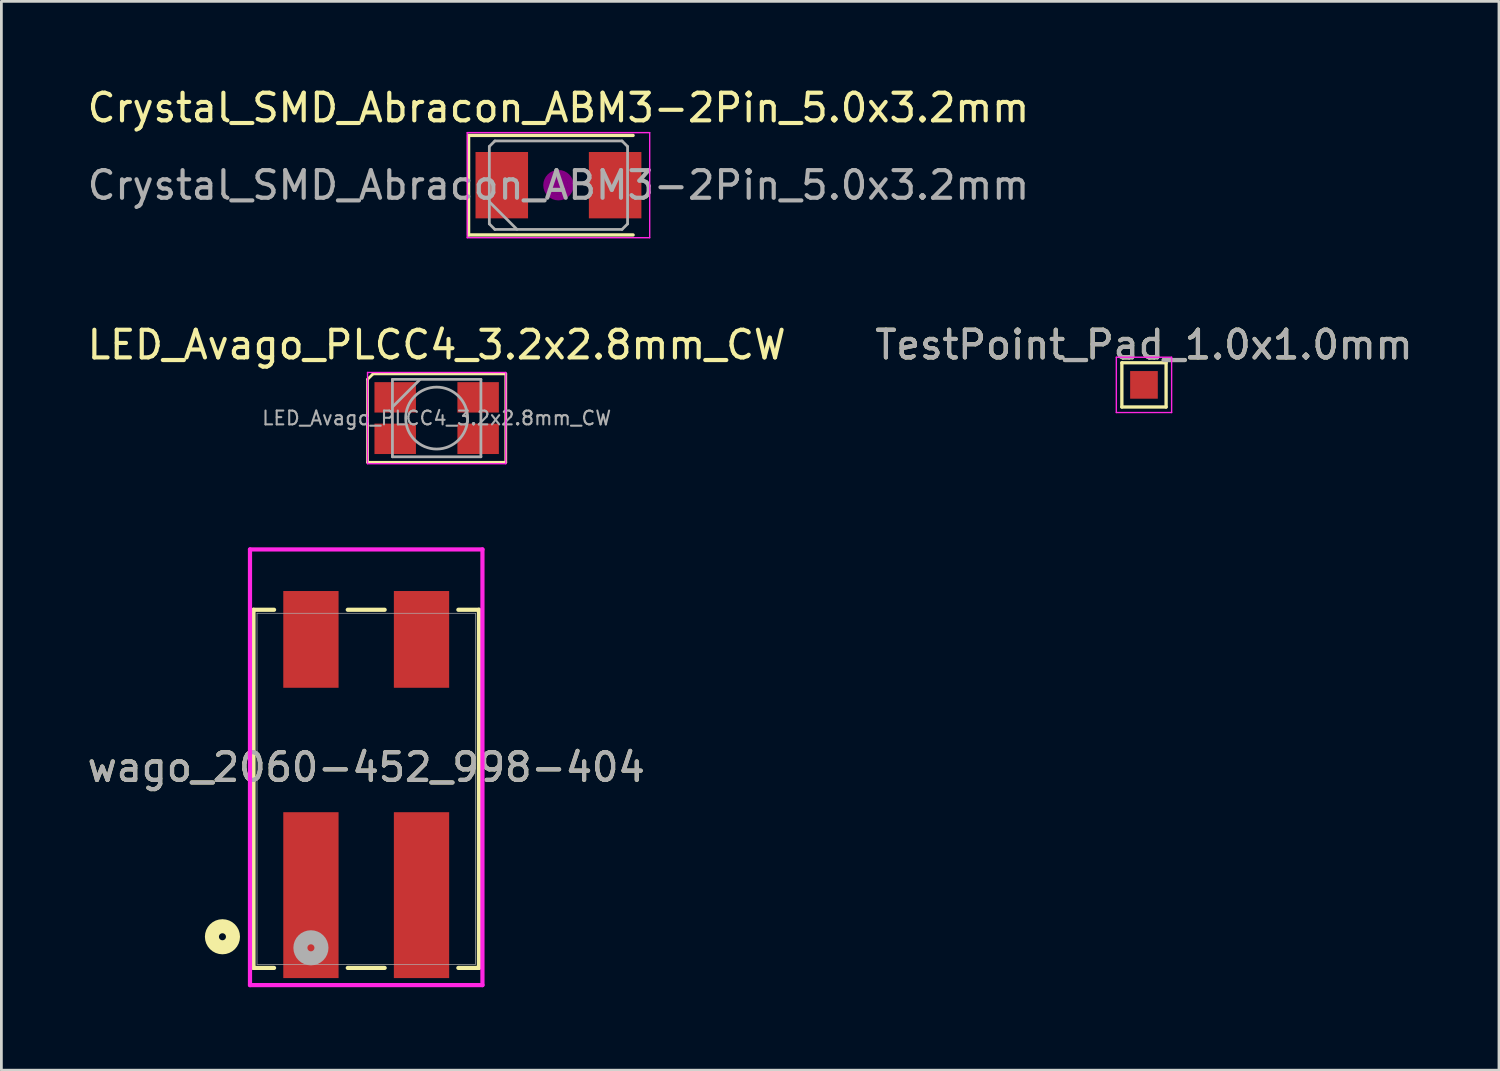
<source format=kicad_pcb>
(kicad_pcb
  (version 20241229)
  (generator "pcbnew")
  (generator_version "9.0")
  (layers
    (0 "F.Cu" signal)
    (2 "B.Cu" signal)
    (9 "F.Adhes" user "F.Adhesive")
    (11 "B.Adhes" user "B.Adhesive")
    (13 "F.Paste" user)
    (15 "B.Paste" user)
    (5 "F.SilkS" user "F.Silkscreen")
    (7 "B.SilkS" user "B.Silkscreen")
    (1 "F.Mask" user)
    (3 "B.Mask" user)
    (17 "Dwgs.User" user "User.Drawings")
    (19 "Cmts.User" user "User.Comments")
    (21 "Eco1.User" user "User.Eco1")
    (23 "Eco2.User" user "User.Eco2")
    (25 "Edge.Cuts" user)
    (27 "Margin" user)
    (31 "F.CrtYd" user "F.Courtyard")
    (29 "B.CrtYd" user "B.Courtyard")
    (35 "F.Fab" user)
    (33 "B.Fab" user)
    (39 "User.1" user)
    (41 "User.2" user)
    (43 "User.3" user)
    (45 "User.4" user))
  (footprint "LED_Avago_PLCC4_3.2x2.8mm_CW"
    (layer "F.Cu")
    (at 12.744 12.072)
    (property "Reference" "LED_Avago_PLCC4_3.2x2.8mm_CW" (at 0 -2.65 0) (layer "F.SilkS") (effects (font (size 1 1) (thickness 0.15))))
    (attr smd)
    (fp_line (start -2.5 1.6) (end -2.5 -1.4) (stroke (width 0.1) (type solid)) (layer "F.SilkS"))
    (fp_line (start -2.5 1.6) (end 2.5 1.6) (stroke (width 0.1) (type solid)) (layer "F.SilkS"))
    (fp_line (start -2.3 -1.6) (end -2.5 -1.4) (stroke (width 0.1) (type default)) (layer "F.SilkS"))
    (fp_line (start -2.3 -1.6) (end 2.5 -1.6) (stroke (width 0.1) (type solid)) (layer "F.SilkS"))
    (fp_line (start 2.5 1.6) (end 2.5 -1.6) (stroke (width 0.1) (type solid)) (layer "F.SilkS"))
    (fp_line (start -2.5 -1.65) (end -2.5 1.65) (stroke (width 0.05) (type solid)) (layer "F.CrtYd"))
    (fp_line (start -2.5 -1.65) (end 2.5 -1.65) (stroke (width 0.05) (type solid)) (layer "F.CrtYd"))
    (fp_line (start 2.5 1.65) (end -2.5 1.65) (stroke (width 0.05) (type solid)) (layer "F.CrtYd"))
    (fp_line (start 2.5 1.65) (end 2.5 -1.65) (stroke (width 0.05) (type solid)) (layer "F.CrtYd"))
    (fp_line (start -1.6 -1.4) (end -1.6 1.4) (stroke (width 0.1) (type solid)) (layer "F.Fab"))
    (fp_line (start -1.6 1.4) (end 1.6 1.4) (stroke (width 0.1) (type solid)) (layer "F.Fab"))
    (fp_line (start -0.6 -1.4) (end -1.6 -0.4) (stroke (width 0.1) (type solid)) (layer "F.Fab"))
    (fp_line (start 1.6 -1.4) (end -1.6 -1.4) (stroke (width 0.1) (type solid)) (layer "F.Fab"))
    (fp_line (start 1.6 1.4) (end 1.6 -1.4) (stroke (width 0.1) (type solid)) (layer "F.Fab"))
    (fp_circle (center 0 0) (end 1.12 0) (stroke (width 0.1) (type solid)) (fill no) (layer "F.Fab"))
    (fp_text user "${REFERENCE}" (at 0 0 0) (layer "F.Fab") (effects (font (size 0.5 0.5) (thickness 0.075))))
    (pad "1" smd rect (at -1.5 -0.75) (size 1.5 1.1) (layers "F.Cu" "F.Mask" "F.Paste"))
    (pad "2" smd rect (at 1.5 -0.75) (size 1.5 1.1) (layers "F.Cu" "F.Mask" "F.Paste"))
    (pad "3" smd rect (at 1.5 0.75) (size 1.5 1.1) (layers "F.Cu" "F.Mask" "F.Paste"))
    (pad "4" smd rect (at -1.5 0.75) (size 1.5 1.1) (layers "F.Cu" "F.Mask" "F.Paste")))
  (footprint "wago_2060-452_998-404"
    (layer "F.Cu")
    (at 10.196 25.482)
    (property "Reference" "wago_2060-452_998-404" (at 0 -0.78 0) (unlocked yes) (layer "F.SilkS") (effects (font (size 1 1) (thickness 0.15))))
    (attr smd)
    (fp_line (start -4.077 -6.477) (end -4.077 6.477) (stroke (width 0.152) (type solid)) (layer "F.SilkS"))
    (fp_line (start -4.077 6.477) (end -3.333 6.477) (stroke (width 0.152) (type solid)) (layer "F.SilkS"))
    (fp_line (start -3.333 -6.477) (end -4.077 -6.477) (stroke (width 0.152) (type solid)) (layer "F.SilkS"))
    (fp_line (start -0.667 6.477) (end 0.667 6.477) (stroke (width 0.152) (type solid)) (layer "F.SilkS"))
    (fp_line (start 0.667 -6.477) (end -0.667 -6.477) (stroke (width 0.152) (type solid)) (layer "F.SilkS"))
    (fp_line (start 3.333 6.477) (end 4.077 6.477) (stroke (width 0.152) (type solid)) (layer "F.SilkS"))
    (fp_line (start 4.077 -6.477) (end 3.333 -6.477) (stroke (width 0.152) (type solid)) (layer "F.SilkS"))
    (fp_line (start 4.077 6.477) (end 4.077 -6.477) (stroke (width 0.152) (type solid)) (layer "F.SilkS"))
    (fp_circle (center -5.2 5.35) (end -4.819 5.35) (stroke (width 0.508) (type solid)) (fill no) (layer "F.SilkS"))
    (fp_poly (pts (xy -2 -5.494) (xy -1.949 -5.494) (xy -1.949 -5.405) (xy -2 -5.405)) (stroke (width 0) (type solid)) (fill yes) (layer "F.Paste"))
    (fp_poly (pts (xy -2 3.756) (xy -1.949 3.756) (xy -1.949 3.845) (xy -2 3.845)) (stroke (width 0) (type solid)) (fill yes) (layer "F.Paste"))
    (fp_poly (pts (xy 2 -5.494) (xy 2.051 -5.494) (xy 2.051 -5.405) (xy 2 -5.405)) (stroke (width 0) (type solid)) (fill yes) (layer "F.Paste"))
    (fp_poly (pts (xy 2 3.756) (xy 2.051 3.756) (xy 2.051 3.845) (xy 2 3.845)) (stroke (width 0) (type solid)) (fill yes) (layer "F.Paste"))
    (fp_line (start -4.204 -8.659) (end -4.204 7.099) (stroke (width 0.152) (type solid)) (layer "F.CrtYd"))
    (fp_line (start -4.204 7.099) (end 4.204 7.099) (stroke (width 0.152) (type solid)) (layer "F.CrtYd"))
    (fp_line (start 4.204 -8.659) (end -4.204 -8.659) (stroke (width 0.152) (type solid)) (layer "F.CrtYd"))
    (fp_line (start 4.204 7.099) (end 4.204 -8.659) (stroke (width 0.152) (type solid)) (layer "F.CrtYd"))
    (fp_line (start -3.95 -6.35) (end -3.95 6.35) (stroke (width 0.025) (type solid)) (layer "F.Fab"))
    (fp_line (start -3.95 6.35) (end 3.95 6.35) (stroke (width 0.025) (type solid)) (layer "F.Fab"))
    (fp_line (start 3.95 -6.35) (end -3.95 -6.35) (stroke (width 0.025) (type solid)) (layer "F.Fab"))
    (fp_line (start 3.95 6.35) (end 3.95 -6.35) (stroke (width 0.025) (type solid)) (layer "F.Fab"))
    (fp_circle (center -2 5.75) (end -1.619 5.75) (stroke (width 0.508) (type solid)) (fill no) (layer "F.Fab"))
    (fp_text user "${REFERENCE}" (at 0 -0.78 0) (unlocked yes) (layer "F.Fab") (effects (font (size 1 1) (thickness 0.15))))
    (pad "1" smd rect (at -2 3.845) (size 2 6) (layers "F.Cu" "F.Mask"))
    (pad "2" smd rect (at -2 -5.405) (size 2 3.5) (layers "F.Cu" "F.Mask"))
    (pad "3" smd rect (at 2 3.845) (size 2 6) (layers "F.Cu" "F.Mask"))
    (pad "4" smd rect (at 2 -5.405) (size 2 3.5) (layers "F.Cu" "F.Mask")))
  (footprint "TestPoint_Pad_1.0x1.0mm"
    (layer "F.Cu")
    (at 38.327 10.871)
    (property "Reference" "TestPoint_Pad_1.0x1.0mm" (at 0 -1.448 0) (layer "F.Fab") (effects (font (size 1 1) (thickness 0.15))))
    (attr exclude_from_pos_files exclude_from_bom)
    (fp_line (start -0.8 -0.8) (end 0.8 -0.8) (stroke (width 0.12) (type solid)) (layer "F.SilkS"))
    (fp_line (start -0.8 0.8) (end -0.8 -0.8) (stroke (width 0.12) (type solid)) (layer "F.SilkS"))
    (fp_line (start 0.8 -0.8) (end 0.8 0.8) (stroke (width 0.12) (type solid)) (layer "F.SilkS"))
    (fp_line (start 0.8 0.8) (end -0.8 0.8) (stroke (width 0.12) (type solid)) (layer "F.SilkS"))
    (fp_line (start -1 -1) (end -1 1) (stroke (width 0.05) (type solid)) (layer "F.CrtYd"))
    (fp_line (start -1 -1) (end 1 -1) (stroke (width 0.05) (type solid)) (layer "F.CrtYd"))
    (fp_line (start 1 1) (end -1 1) (stroke (width 0.05) (type solid)) (layer "F.CrtYd"))
    (fp_line (start 1 1) (end 1 -1) (stroke (width 0.05) (type solid)) (layer "F.CrtYd"))
    (fp_text user "${REFERENCE}" (at 0 -1.45 0) (layer "F.SilkS") (effects (font (size 1 1) (thickness 0.15))))
    (pad "1" smd rect (at 0 0) (size 1 1) (layers "F.Cu" "F.Mask")))
  (footprint "Crystal_SMD_Abracon_ABM3-2Pin_5.0x3.2mm"
    (layer "F.Cu")
    (at 17.149 3.648)
    (property "Reference" "Crystal_SMD_Abracon_ABM3-2Pin_5.0x3.2mm" (at 0 -2.8 0) (layer "F.SilkS") (effects (font (size 1 1) (thickness 0.15))))
    (attr smd)
    (fp_line (start -3.25 -1.8) (end -3.25 1.8) (stroke (width 0.12) (type solid)) (layer "F.SilkS"))
    (fp_line (start -3.25 1.8) (end 2.7 1.8) (stroke (width 0.12) (type solid)) (layer "F.SilkS"))
    (fp_line (start 2.7 -1.8) (end -3.25 -1.8) (stroke (width 0.12) (type solid)) (layer "F.SilkS"))
    (fp_circle (center 0 0) (end 0.117 0) (stroke (width 0.233) (type solid)) (fill no) (layer "F.Adhes"))
    (fp_circle (center 0 0) (end 0.267 0) (stroke (width 0.167) (type solid)) (fill no) (layer "F.Adhes"))
    (fp_circle (center 0 0) (end 0.417 0) (stroke (width 0.167) (type solid)) (fill no) (layer "F.Adhes"))
    (fp_circle (center 0 0) (end 0.5 0) (stroke (width 0.1) (type solid)) (fill no) (layer "F.Adhes"))
    (fp_line (start -3.3 -1.9) (end -3.3 1.9) (stroke (width 0.05) (type solid)) (layer "F.CrtYd"))
    (fp_line (start -3.3 1.9) (end 3.3 1.9) (stroke (width 0.05) (type solid)) (layer "F.CrtYd"))
    (fp_line (start 3.3 -1.9) (end -3.3 -1.9) (stroke (width 0.05) (type solid)) (layer "F.CrtYd"))
    (fp_line (start 3.3 1.9) (end 3.3 -1.9) (stroke (width 0.05) (type solid)) (layer "F.CrtYd"))
    (fp_line (start -2.5 -1.4) (end -2.3 -1.6) (stroke (width 0.1) (type solid)) (layer "F.Fab"))
    (fp_line (start -2.5 0.6) (end -1.5 1.6) (stroke (width 0.1) (type solid)) (layer "F.Fab"))
    (fp_line (start -2.5 1.4) (end -2.5 -1.4) (stroke (width 0.1) (type solid)) (layer "F.Fab"))
    (fp_line (start -2.3 -1.6) (end 2.3 -1.6) (stroke (width 0.1) (type solid)) (layer "F.Fab"))
    (fp_line (start -2.3 1.6) (end -2.5 1.4) (stroke (width 0.1) (type solid)) (layer "F.Fab"))
    (fp_line (start 2.3 -1.6) (end 2.5 -1.4) (stroke (width 0.1) (type solid)) (layer "F.Fab"))
    (fp_line (start 2.3 1.6) (end -2.3 1.6) (stroke (width 0.1) (type solid)) (layer "F.Fab"))
    (fp_line (start 2.5 -1.4) (end 2.5 1.4) (stroke (width 0.1) (type solid)) (layer "F.Fab"))
    (fp_line (start 2.5 1.4) (end 2.3 1.6) (stroke (width 0.1) (type solid)) (layer "F.Fab"))
    (fp_text user "${REFERENCE}" (at 0 0 0) (layer "F.Fab") (effects (font (size 1 1) (thickness 0.15))))
    (pad "1" smd rect (at -2.05 0) (size 1.9 2.4) (layers "F.Cu" "F.Mask" "F.Paste"))
    (pad "2" smd rect (at 2.05 0) (size 1.9 2.4) (layers "F.Cu" "F.Mask" "F.Paste")))
  (gr_rect
    (start -3 -3)
    (end 51.167 35.657)
    (stroke (width 0.1) (type default))
    (fill no)
    (layer "Edge.Cuts")))
</source>
